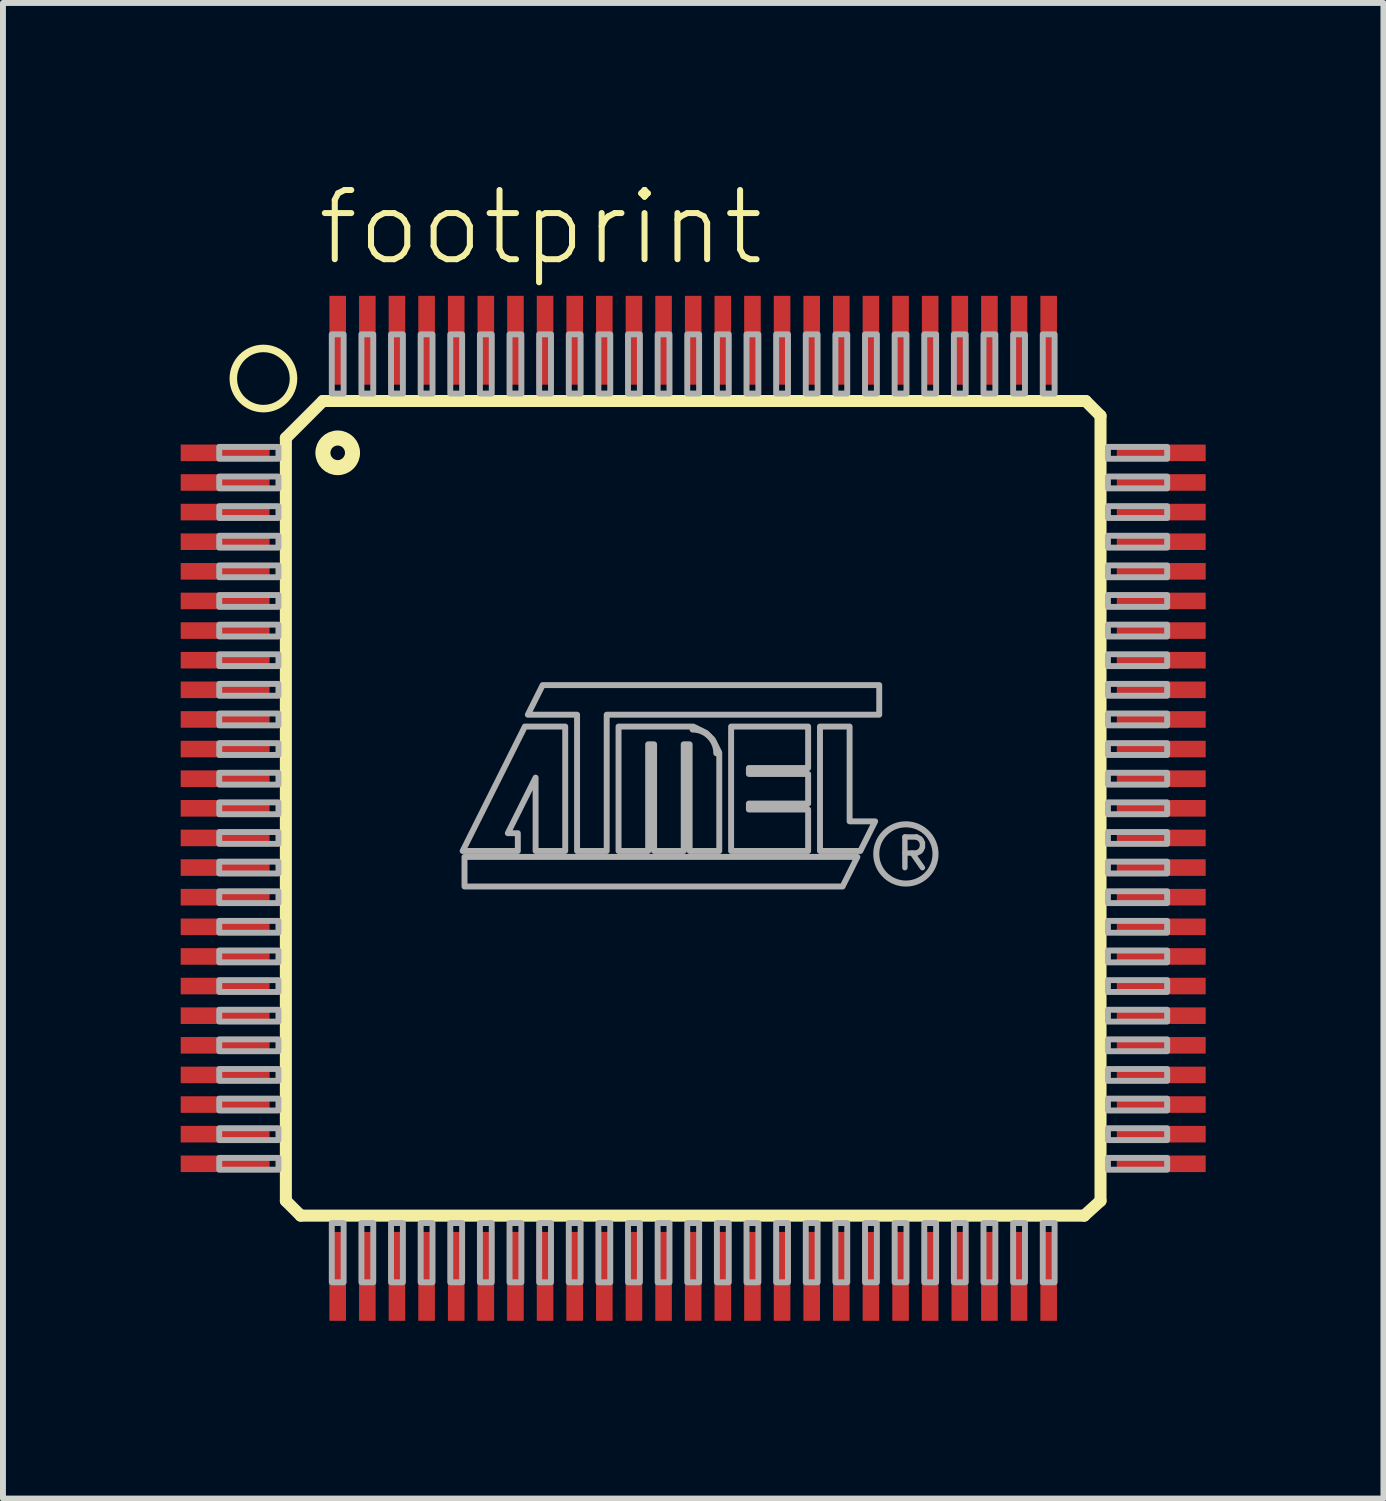
<source format=kicad_pcb>
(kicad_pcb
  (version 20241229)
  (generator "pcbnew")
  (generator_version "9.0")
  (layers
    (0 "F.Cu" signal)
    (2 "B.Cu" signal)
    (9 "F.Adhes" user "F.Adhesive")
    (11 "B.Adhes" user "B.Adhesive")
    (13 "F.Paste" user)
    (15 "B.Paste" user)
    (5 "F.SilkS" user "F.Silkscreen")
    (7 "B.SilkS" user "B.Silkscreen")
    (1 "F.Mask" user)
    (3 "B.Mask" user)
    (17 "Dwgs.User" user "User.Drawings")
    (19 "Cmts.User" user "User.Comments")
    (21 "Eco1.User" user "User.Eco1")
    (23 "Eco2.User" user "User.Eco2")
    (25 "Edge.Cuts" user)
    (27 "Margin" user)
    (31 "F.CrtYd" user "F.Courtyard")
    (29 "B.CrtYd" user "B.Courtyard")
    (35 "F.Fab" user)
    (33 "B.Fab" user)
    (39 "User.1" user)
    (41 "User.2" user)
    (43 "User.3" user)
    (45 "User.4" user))
  (footprint "footprint"
    (layer "F.Cu")
    (at 8.65 10.593)
    (property "Reference" "footprint" (at -6.395 -9.12 0) (layer "F.SilkS") (effects (font (size 1.168 1.168) (thickness 0.102)) (justify left bottom)))
    (fp_line (start -6.875 -6.25) (end -6.25 -6.875) (stroke (width 0.203) (type solid)) (layer "F.SilkS"))
    (fp_line (start -6.875 6.625) (end -6.875 -6.25) (stroke (width 0.203) (type solid)) (layer "F.SilkS"))
    (fp_line (start -6.625 6.875) (end -6.875 6.625) (stroke (width 0.203) (type solid)) (layer "F.SilkS"))
    (fp_line (start -6.25 -6.875) (end 6.625 -6.875) (stroke (width 0.203) (type solid)) (layer "F.SilkS"))
    (fp_line (start 6.6 6.875) (end -6.625 6.875) (stroke (width 0.203) (type solid)) (layer "F.SilkS"))
    (fp_line (start 6.625 -6.875) (end 6.875 -6.625) (stroke (width 0.203) (type solid)) (layer "F.SilkS"))
    (fp_line (start 6.875 -6.625) (end 6.875 6.625) (stroke (width 0.203) (type solid)) (layer "F.SilkS"))
    (fp_line (start 6.875 6.625) (end 6.6 6.875) (stroke (width 0.203) (type solid)) (layer "F.SilkS"))
    (fp_circle (center -7.254 -7.254) (end -6.746 -7.254) (stroke (width 0.127) (type solid)) (fill no) (layer "F.SilkS"))
    (fp_circle (center -6 -6) (end -5.75 -6) (stroke (width 0.254) (type solid)) (fill no) (layer "F.SilkS"))
    (fp_arc (start -0.0099 -1.3299) (mid 0.272878 -1.212708) (end 0.390001 -0.929901) (stroke (width 0.1016) (type solid)) (layer "F.Fab"))
    (fp_circle (center 3.59 0.77) (end 4.09 0.77) (stroke (width 0.102) (type solid)) (fill no) (layer "F.Fab"))
    (fp_poly (pts (xy -8 -5.9) (xy -7 -5.9) (xy -7 -6.1) (xy -8 -6.1)) (stroke (width 0.1) (type solid)) (fill no) (layer "F.Fab"))
    (fp_poly (pts (xy -8 -5.4) (xy -7 -5.4) (xy -7 -5.6) (xy -8 -5.6)) (stroke (width 0.1) (type solid)) (fill no) (layer "F.Fab"))
    (fp_poly (pts (xy -8 -4.9) (xy -7 -4.9) (xy -7 -5.1) (xy -8 -5.1)) (stroke (width 0.1) (type solid)) (fill no) (layer "F.Fab"))
    (fp_poly (pts (xy -8 -4.4) (xy -7 -4.4) (xy -7 -4.6) (xy -8 -4.6)) (stroke (width 0.1) (type solid)) (fill no) (layer "F.Fab"))
    (fp_poly (pts (xy -8 -3.9) (xy -7 -3.9) (xy -7 -4.1) (xy -8 -4.1)) (stroke (width 0.1) (type solid)) (fill no) (layer "F.Fab"))
    (fp_poly (pts (xy -8 -3.4) (xy -7 -3.4) (xy -7 -3.6) (xy -8 -3.6)) (stroke (width 0.1) (type solid)) (fill no) (layer "F.Fab"))
    (fp_poly (pts (xy -8 -2.9) (xy -7 -2.9) (xy -7 -3.1) (xy -8 -3.1)) (stroke (width 0.1) (type solid)) (fill no) (layer "F.Fab"))
    (fp_poly (pts (xy -8 -2.4) (xy -7 -2.4) (xy -7 -2.6) (xy -8 -2.6)) (stroke (width 0.1) (type solid)) (fill no) (layer "F.Fab"))
    (fp_poly (pts (xy -8 -1.9) (xy -7 -1.9) (xy -7 -2.1) (xy -8 -2.1)) (stroke (width 0.1) (type solid)) (fill no) (layer "F.Fab"))
    (fp_poly (pts (xy -8 -1.4) (xy -7 -1.4) (xy -7 -1.6) (xy -8 -1.6)) (stroke (width 0.1) (type solid)) (fill no) (layer "F.Fab"))
    (fp_poly (pts (xy -8 -0.9) (xy -7 -0.9) (xy -7 -1.1) (xy -8 -1.1)) (stroke (width 0.1) (type solid)) (fill no) (layer "F.Fab"))
    (fp_poly (pts (xy -8 -0.4) (xy -7 -0.4) (xy -7 -0.6) (xy -8 -0.6)) (stroke (width 0.1) (type solid)) (fill no) (layer "F.Fab"))
    (fp_poly (pts (xy -8 0.1) (xy -7 0.1) (xy -7 -0.1) (xy -8 -0.1)) (stroke (width 0.1) (type solid)) (fill no) (layer "F.Fab"))
    (fp_poly (pts (xy -8 0.6) (xy -7 0.6) (xy -7 0.4) (xy -8 0.4)) (stroke (width 0.1) (type solid)) (fill no) (layer "F.Fab"))
    (fp_poly (pts (xy -8 1.1) (xy -7 1.1) (xy -7 0.9) (xy -8 0.9)) (stroke (width 0.1) (type solid)) (fill no) (layer "F.Fab"))
    (fp_poly (pts (xy -8 1.6) (xy -7 1.6) (xy -7 1.4) (xy -8 1.4)) (stroke (width 0.1) (type solid)) (fill no) (layer "F.Fab"))
    (fp_poly (pts (xy -8 2.1) (xy -7 2.1) (xy -7 1.9) (xy -8 1.9)) (stroke (width 0.1) (type solid)) (fill no) (layer "F.Fab"))
    (fp_poly (pts (xy -8 2.6) (xy -7 2.6) (xy -7 2.4) (xy -8 2.4)) (stroke (width 0.1) (type solid)) (fill no) (layer "F.Fab"))
    (fp_poly (pts (xy -8 3.1) (xy -7 3.1) (xy -7 2.9) (xy -8 2.9)) (stroke (width 0.1) (type solid)) (fill no) (layer "F.Fab"))
    (fp_poly (pts (xy -8 3.6) (xy -7 3.6) (xy -7 3.4) (xy -8 3.4)) (stroke (width 0.1) (type solid)) (fill no) (layer "F.Fab"))
    (fp_poly (pts (xy -8 4.1) (xy -7 4.1) (xy -7 3.9) (xy -8 3.9)) (stroke (width 0.1) (type solid)) (fill no) (layer "F.Fab"))
    (fp_poly (pts (xy -8 4.6) (xy -7 4.6) (xy -7 4.4) (xy -8 4.4)) (stroke (width 0.1) (type solid)) (fill no) (layer "F.Fab"))
    (fp_poly (pts (xy -8 5.1) (xy -7 5.1) (xy -7 4.9) (xy -8 4.9)) (stroke (width 0.1) (type solid)) (fill no) (layer "F.Fab"))
    (fp_poly (pts (xy -8 5.6) (xy -7 5.6) (xy -7 5.4) (xy -8 5.4)) (stroke (width 0.1) (type solid)) (fill no) (layer "F.Fab"))
    (fp_poly (pts (xy -8 6.1) (xy -7 6.1) (xy -7 5.9) (xy -8 5.9)) (stroke (width 0.1) (type solid)) (fill no) (layer "F.Fab"))
    (fp_poly (pts (xy -6.1 -7) (xy -5.9 -7) (xy -5.9 -8) (xy -6.1 -8)) (stroke (width 0.1) (type solid)) (fill no) (layer "F.Fab"))
    (fp_poly (pts (xy -6.1 8) (xy -5.9 8) (xy -5.9 7) (xy -6.1 7)) (stroke (width 0.1) (type solid)) (fill no) (layer "F.Fab"))
    (fp_poly (pts (xy -5.6 -7) (xy -5.4 -7) (xy -5.4 -8) (xy -5.6 -8)) (stroke (width 0.1) (type solid)) (fill no) (layer "F.Fab"))
    (fp_poly (pts (xy -5.6 8) (xy -5.4 8) (xy -5.4 7) (xy -5.6 7)) (stroke (width 0.1) (type solid)) (fill no) (layer "F.Fab"))
    (fp_poly (pts (xy -5.1 -7) (xy -4.9 -7) (xy -4.9 -8) (xy -5.1 -8)) (stroke (width 0.1) (type solid)) (fill no) (layer "F.Fab"))
    (fp_poly (pts (xy -5.1 8) (xy -4.9 8) (xy -4.9 7) (xy -5.1 7)) (stroke (width 0.1) (type solid)) (fill no) (layer "F.Fab"))
    (fp_poly (pts (xy -4.6 -7) (xy -4.4 -7) (xy -4.4 -8) (xy -4.6 -8)) (stroke (width 0.1) (type solid)) (fill no) (layer "F.Fab"))
    (fp_poly (pts (xy -4.6 8) (xy -4.4 8) (xy -4.4 7) (xy -4.6 7)) (stroke (width 0.1) (type solid)) (fill no) (layer "F.Fab"))
    (fp_poly (pts (xy -4.1 -7) (xy -3.9 -7) (xy -3.9 -8) (xy -4.1 -8)) (stroke (width 0.1) (type solid)) (fill no) (layer "F.Fab"))
    (fp_poly (pts (xy -4.1 8) (xy -3.9 8) (xy -3.9 7) (xy -4.1 7)) (stroke (width 0.1) (type solid)) (fill no) (layer "F.Fab"))
    (fp_poly (pts (xy -3.6 -7) (xy -3.4 -7) (xy -3.4 -8) (xy -3.6 -8)) (stroke (width 0.1) (type solid)) (fill no) (layer "F.Fab"))
    (fp_poly (pts (xy -3.6 8) (xy -3.4 8) (xy -3.4 7) (xy -3.6 7)) (stroke (width 0.1) (type solid)) (fill no) (layer "F.Fab"))
    (fp_poly (pts (xy -3.1 -7) (xy -2.9 -7) (xy -2.9 -8) (xy -3.1 -8)) (stroke (width 0.1) (type solid)) (fill no) (layer "F.Fab"))
    (fp_poly (pts (xy -3.1 8) (xy -2.9 8) (xy -2.9 7) (xy -3.1 7)) (stroke (width 0.1) (type solid)) (fill no) (layer "F.Fab"))
    (fp_poly (pts (xy -2.6 -7) (xy -2.4 -7) (xy -2.4 -8) (xy -2.6 -8)) (stroke (width 0.1) (type solid)) (fill no) (layer "F.Fab"))
    (fp_poly (pts (xy -2.6 8) (xy -2.4 8) (xy -2.4 7) (xy -2.6 7)) (stroke (width 0.1) (type solid)) (fill no) (layer "F.Fab"))
    (fp_poly (pts (xy -2.1 -7) (xy -1.9 -7) (xy -1.9 -8) (xy -2.1 -8)) (stroke (width 0.1) (type solid)) (fill no) (layer "F.Fab"))
    (fp_poly (pts (xy -2.1 8) (xy -1.9 8) (xy -1.9 7) (xy -2.1 7)) (stroke (width 0.1) (type solid)) (fill no) (layer "F.Fab"))
    (fp_poly (pts (xy -1.6 -7) (xy -1.4 -7) (xy -1.4 -8) (xy -1.6 -8)) (stroke (width 0.1) (type solid)) (fill no) (layer "F.Fab"))
    (fp_poly (pts (xy -1.6 8) (xy -1.4 8) (xy -1.4 7) (xy -1.6 7)) (stroke (width 0.1) (type solid)) (fill no) (layer "F.Fab"))
    (fp_poly (pts (xy -1.1 -7) (xy -0.9 -7) (xy -0.9 -8) (xy -1.1 -8)) (stroke (width 0.1) (type solid)) (fill no) (layer "F.Fab"))
    (fp_poly (pts (xy -1.1 8) (xy -0.9 8) (xy -0.9 7) (xy -1.1 7)) (stroke (width 0.1) (type solid)) (fill no) (layer "F.Fab"))
    (fp_poly (pts (xy -0.6 -7) (xy -0.4 -7) (xy -0.4 -8) (xy -0.6 -8)) (stroke (width 0.1) (type solid)) (fill no) (layer "F.Fab"))
    (fp_poly (pts (xy -0.6 8) (xy -0.4 8) (xy -0.4 7) (xy -0.6 7)) (stroke (width 0.1) (type solid)) (fill no) (layer "F.Fab"))
    (fp_poly (pts (xy -0.1 -7) (xy 0.1 -7) (xy 0.1 -8) (xy -0.1 -8)) (stroke (width 0.1) (type solid)) (fill no) (layer "F.Fab"))
    (fp_poly (pts (xy -0.1 8) (xy 0.1 8) (xy 0.1 7) (xy -0.1 7)) (stroke (width 0.1) (type solid)) (fill no) (layer "F.Fab"))
    (fp_poly (pts (xy 0.4 -7) (xy 0.6 -7) (xy 0.6 -8) (xy 0.4 -8)) (stroke (width 0.1) (type solid)) (fill no) (layer "F.Fab"))
    (fp_poly (pts (xy 0.4 8) (xy 0.6 8) (xy 0.6 7) (xy 0.4 7)) (stroke (width 0.1) (type solid)) (fill no) (layer "F.Fab"))
    (fp_poly (pts (xy 0.9 -7) (xy 1.1 -7) (xy 1.1 -8) (xy 0.9 -8)) (stroke (width 0.1) (type solid)) (fill no) (layer "F.Fab"))
    (fp_poly (pts (xy 0.9 8) (xy 1.1 8) (xy 1.1 7) (xy 0.9 7)) (stroke (width 0.1) (type solid)) (fill no) (layer "F.Fab"))
    (fp_poly (pts (xy 1.4 -7) (xy 1.6 -7) (xy 1.6 -8) (xy 1.4 -8)) (stroke (width 0.1) (type solid)) (fill no) (layer "F.Fab"))
    (fp_poly (pts (xy 1.4 8) (xy 1.6 8) (xy 1.6 7) (xy 1.4 7)) (stroke (width 0.1) (type solid)) (fill no) (layer "F.Fab"))
    (fp_poly (pts (xy 1.9 -7) (xy 2.1 -7) (xy 2.1 -8) (xy 1.9 -8)) (stroke (width 0.1) (type solid)) (fill no) (layer "F.Fab"))
    (fp_poly (pts (xy 1.9 8) (xy 2.1 8) (xy 2.1 7) (xy 1.9 7)) (stroke (width 0.1) (type solid)) (fill no) (layer "F.Fab"))
    (fp_poly (pts (xy 2.4 -7) (xy 2.6 -7) (xy 2.6 -8) (xy 2.4 -8)) (stroke (width 0.1) (type solid)) (fill no) (layer "F.Fab"))
    (fp_poly (pts (xy 2.4 8) (xy 2.6 8) (xy 2.6 7) (xy 2.4 7)) (stroke (width 0.1) (type solid)) (fill no) (layer "F.Fab"))
    (fp_poly (pts (xy 2.521 1.32) (xy -3.86 1.32) (xy -3.86 0.82) (xy 2.771 0.82)) (stroke (width 0.1) (type solid)) (fill no) (layer "F.Fab"))
    (fp_poly (pts (xy 2.9 -7) (xy 3.1 -7) (xy 3.1 -8) (xy 2.9 -8)) (stroke (width 0.1) (type solid)) (fill no) (layer "F.Fab"))
    (fp_poly (pts (xy 2.9 8) (xy 3.1 8) (xy 3.1 7) (xy 2.9 7)) (stroke (width 0.1) (type solid)) (fill no) (layer "F.Fab"))
    (fp_poly (pts (xy 3.4 -7) (xy 3.6 -7) (xy 3.6 -8) (xy 3.4 -8)) (stroke (width 0.1) (type solid)) (fill no) (layer "F.Fab"))
    (fp_poly (pts (xy 3.4 8) (xy 3.6 8) (xy 3.6 7) (xy 3.4 7)) (stroke (width 0.1) (type solid)) (fill no) (layer "F.Fab"))
    (fp_poly (pts (xy 3.9 -7) (xy 4.1 -7) (xy 4.1 -8) (xy 3.9 -8)) (stroke (width 0.1) (type solid)) (fill no) (layer "F.Fab"))
    (fp_poly (pts (xy 3.9 8) (xy 4.1 8) (xy 4.1 7) (xy 3.9 7)) (stroke (width 0.1) (type solid)) (fill no) (layer "F.Fab"))
    (fp_poly (pts (xy 4.4 -7) (xy 4.6 -7) (xy 4.6 -8) (xy 4.4 -8)) (stroke (width 0.1) (type solid)) (fill no) (layer "F.Fab"))
    (fp_poly (pts (xy 4.4 8) (xy 4.6 8) (xy 4.6 7) (xy 4.4 7)) (stroke (width 0.1) (type solid)) (fill no) (layer "F.Fab"))
    (fp_poly (pts (xy 4.9 -7) (xy 5.1 -7) (xy 5.1 -8) (xy 4.9 -8)) (stroke (width 0.1) (type solid)) (fill no) (layer "F.Fab"))
    (fp_poly (pts (xy 4.9 8) (xy 5.1 8) (xy 5.1 7) (xy 4.9 7)) (stroke (width 0.1) (type solid)) (fill no) (layer "F.Fab"))
    (fp_poly (pts (xy 5.4 -7) (xy 5.6 -7) (xy 5.6 -8) (xy 5.4 -8)) (stroke (width 0.1) (type solid)) (fill no) (layer "F.Fab"))
    (fp_poly (pts (xy 5.4 8) (xy 5.6 8) (xy 5.6 7) (xy 5.4 7)) (stroke (width 0.1) (type solid)) (fill no) (layer "F.Fab"))
    (fp_poly (pts (xy 5.9 -7) (xy 6.1 -7) (xy 6.1 -8) (xy 5.9 -8)) (stroke (width 0.1) (type solid)) (fill no) (layer "F.Fab"))
    (fp_poly (pts (xy 5.9 8) (xy 6.1 8) (xy 6.1 7) (xy 5.9 7)) (stroke (width 0.1) (type solid)) (fill no) (layer "F.Fab"))
    (fp_poly (pts (xy 7 -5.9) (xy 8 -5.9) (xy 8 -6.1) (xy 7 -6.1)) (stroke (width 0.1) (type solid)) (fill no) (layer "F.Fab"))
    (fp_poly (pts (xy 7 -5.4) (xy 8 -5.4) (xy 8 -5.6) (xy 7 -5.6)) (stroke (width 0.1) (type solid)) (fill no) (layer "F.Fab"))
    (fp_poly (pts (xy 7 -4.9) (xy 8 -4.9) (xy 8 -5.1) (xy 7 -5.1)) (stroke (width 0.1) (type solid)) (fill no) (layer "F.Fab"))
    (fp_poly (pts (xy 7 -4.4) (xy 8 -4.4) (xy 8 -4.6) (xy 7 -4.6)) (stroke (width 0.1) (type solid)) (fill no) (layer "F.Fab"))
    (fp_poly (pts (xy 7 -3.9) (xy 8 -3.9) (xy 8 -4.1) (xy 7 -4.1)) (stroke (width 0.1) (type solid)) (fill no) (layer "F.Fab"))
    (fp_poly (pts (xy 7 -3.4) (xy 8 -3.4) (xy 8 -3.6) (xy 7 -3.6)) (stroke (width 0.1) (type solid)) (fill no) (layer "F.Fab"))
    (fp_poly (pts (xy 7 -2.9) (xy 8 -2.9) (xy 8 -3.1) (xy 7 -3.1)) (stroke (width 0.1) (type solid)) (fill no) (layer "F.Fab"))
    (fp_poly (pts (xy 7 -2.4) (xy 8 -2.4) (xy 8 -2.6) (xy 7 -2.6)) (stroke (width 0.1) (type solid)) (fill no) (layer "F.Fab"))
    (fp_poly (pts (xy 7 -1.9) (xy 8 -1.9) (xy 8 -2.1) (xy 7 -2.1)) (stroke (width 0.1) (type solid)) (fill no) (layer "F.Fab"))
    (fp_poly (pts (xy 7 -1.4) (xy 8 -1.4) (xy 8 -1.6) (xy 7 -1.6)) (stroke (width 0.1) (type solid)) (fill no) (layer "F.Fab"))
    (fp_poly (pts (xy 7 -0.9) (xy 8 -0.9) (xy 8 -1.1) (xy 7 -1.1)) (stroke (width 0.1) (type solid)) (fill no) (layer "F.Fab"))
    (fp_poly (pts (xy 7 -0.4) (xy 8 -0.4) (xy 8 -0.6) (xy 7 -0.6)) (stroke (width 0.1) (type solid)) (fill no) (layer "F.Fab"))
    (fp_poly (pts (xy 7 0.1) (xy 8 0.1) (xy 8 -0.1) (xy 7 -0.1)) (stroke (width 0.1) (type solid)) (fill no) (layer "F.Fab"))
    (fp_poly (pts (xy 7 0.6) (xy 8 0.6) (xy 8 0.4) (xy 7 0.4)) (stroke (width 0.1) (type solid)) (fill no) (layer "F.Fab"))
    (fp_poly (pts (xy 7 1.1) (xy 8 1.1) (xy 8 0.9) (xy 7 0.9)) (stroke (width 0.1) (type solid)) (fill no) (layer "F.Fab"))
    (fp_poly (pts (xy 7 1.6) (xy 8 1.6) (xy 8 1.4) (xy 7 1.4)) (stroke (width 0.1) (type solid)) (fill no) (layer "F.Fab"))
    (fp_poly (pts (xy 7 2.1) (xy 8 2.1) (xy 8 1.9) (xy 7 1.9)) (stroke (width 0.1) (type solid)) (fill no) (layer "F.Fab"))
    (fp_poly (pts (xy 7 2.6) (xy 8 2.6) (xy 8 2.4) (xy 7 2.4)) (stroke (width 0.1) (type solid)) (fill no) (layer "F.Fab"))
    (fp_poly (pts (xy 7 3.1) (xy 8 3.1) (xy 8 2.9) (xy 7 2.9)) (stroke (width 0.1) (type solid)) (fill no) (layer "F.Fab"))
    (fp_poly (pts (xy 7 3.6) (xy 8 3.6) (xy 8 3.4) (xy 7 3.4)) (stroke (width 0.1) (type solid)) (fill no) (layer "F.Fab"))
    (fp_poly (pts (xy 7 4.1) (xy 8 4.1) (xy 8 3.9) (xy 7 3.9)) (stroke (width 0.1) (type solid)) (fill no) (layer "F.Fab"))
    (fp_poly (pts (xy 7 4.6) (xy 8 4.6) (xy 8 4.4) (xy 7 4.4)) (stroke (width 0.1) (type solid)) (fill no) (layer "F.Fab"))
    (fp_poly (pts (xy 7 5.1) (xy 8 5.1) (xy 8 4.9) (xy 7 4.9)) (stroke (width 0.1) (type solid)) (fill no) (layer "F.Fab"))
    (fp_poly (pts (xy 7 5.6) (xy 8 5.6) (xy 8 5.4) (xy 7 5.4)) (stroke (width 0.1) (type solid)) (fill no) (layer "F.Fab"))
    (fp_poly (pts (xy 7 6.1) (xy 8 6.1) (xy 8 5.9) (xy 7 5.9)) (stroke (width 0.1) (type solid)) (fill no) (layer "F.Fab"))
    (fp_poly (pts (xy 2.64 0.22) (xy 3.071 0.22) (xy 2.821 0.72) (xy 2.14 0.72) (xy 2.14 -1.38) (xy 2.64 -1.38)) (stroke (width 0.1) (type solid)) (fill no) (layer "F.Fab"))
    (fp_poly (pts (xy 3.14 -1.58) (xy -1.46 -1.58) (xy -1.46 0.72) (xy -1.96 0.72) (xy -1.96 -1.58) (xy -2.791 -1.58) (xy -2.541 -2.08) (xy 3.14 -2.08)) (stroke (width 0.1) (type solid)) (fill no) (layer "F.Fab"))
    (fp_poly (pts (xy -2.16 0.72) (xy -2.66 0.72) (xy -2.66 -0.518) (xy -3.129 0.42) (xy -2.96 0.42) (xy -2.96 0.72) (xy -3.891 0.72) (xy -2.841 -1.38) (xy -2.16 -1.38)) (stroke (width 0.1) (type solid)) (fill no) (layer "F.Fab"))
    (fp_poly (pts (xy 1.94 -0.68) (xy 0.94 -0.68) (xy 0.94 -0.58) (xy 1.94 -0.58) (xy 1.94 -0.08) (xy 0.94 -0.08) (xy 0.94 0.02) (xy 1.94 0.02) (xy 1.94 0.72) (xy 0.64 0.72) (xy 0.64 -1.38) (xy 1.94 -1.38)) (stroke (width 0.1) (type solid)) (fill no) (layer "F.Fab"))
    (fp_poly (pts (xy 0.22 -1.271) (xy 0.331 -1.16) (xy 0.44 -0.942) (xy 0.44 0.72) (xy -0.06 0.72) (xy -0.06 -1.08) (xy -0.16 -1.08) (xy -0.16 0.72) (xy -0.66 0.72) (xy -0.66 -1.08) (xy -0.76 -1.08) (xy -0.76 0.72) (xy -1.26 0.72) (xy -1.26 -1.38) (xy 0.002 -1.38)) (stroke (width 0.1) (type solid)) (fill no) (layer "F.Fab"))
    (fp_text user "R" (at 3.39 1.07 0) (layer "F.Fab") (effects (font (size 0.518 0.518) (thickness 0.091)) (justify left bottom)))
    (pad "1" smd rect (at -7.9 -6) (size 1.5 0.28) (layers "F.Cu" "F.Mask" "F.Paste"))
    (pad "2" smd rect (at -7.9 -5.5) (size 1.5 0.28) (layers "F.Cu" "F.Mask" "F.Paste"))
    (pad "3" smd rect (at -7.9 -5) (size 1.5 0.28) (layers "F.Cu" "F.Mask" "F.Paste"))
    (pad "4" smd rect (at -7.9 -4.5) (size 1.5 0.28) (layers "F.Cu" "F.Mask" "F.Paste"))
    (pad "5" smd rect (at -7.9 -4) (size 1.5 0.28) (layers "F.Cu" "F.Mask" "F.Paste"))
    (pad "6" smd rect (at -7.9 -3.5) (size 1.5 0.28) (layers "F.Cu" "F.Mask" "F.Paste"))
    (pad "7" smd rect (at -7.9 -3) (size 1.5 0.28) (layers "F.Cu" "F.Mask" "F.Paste"))
    (pad "8" smd rect (at -7.9 -2.5) (size 1.5 0.28) (layers "F.Cu" "F.Mask" "F.Paste"))
    (pad "9" smd rect (at -7.9 -2) (size 1.5 0.28) (layers "F.Cu" "F.Mask" "F.Paste"))
    (pad "10" smd rect (at -7.9 -1.5) (size 1.5 0.28) (layers "F.Cu" "F.Mask" "F.Paste"))
    (pad "11" smd rect (at -7.9 -1) (size 1.5 0.28) (layers "F.Cu" "F.Mask" "F.Paste"))
    (pad "12" smd rect (at -7.9 -0.5) (size 1.5 0.28) (layers "F.Cu" "F.Mask" "F.Paste"))
    (pad "13" smd rect (at -7.9 0) (size 1.5 0.28) (layers "F.Cu" "F.Mask" "F.Paste"))
    (pad "14" smd rect (at -7.9 0.5) (size 1.5 0.28) (layers "F.Cu" "F.Mask" "F.Paste"))
    (pad "15" smd rect (at -7.9 1) (size 1.5 0.28) (layers "F.Cu" "F.Mask" "F.Paste"))
    (pad "16" smd rect (at -7.9 1.5) (size 1.5 0.28) (layers "F.Cu" "F.Mask" "F.Paste"))
    (pad "17" smd rect (at -7.9 2) (size 1.5 0.28) (layers "F.Cu" "F.Mask" "F.Paste"))
    (pad "18" smd rect (at -7.9 2.5) (size 1.5 0.28) (layers "F.Cu" "F.Mask" "F.Paste"))
    (pad "19" smd rect (at -7.9 3) (size 1.5 0.28) (layers "F.Cu" "F.Mask" "F.Paste"))
    (pad "20" smd rect (at -7.9 3.5) (size 1.5 0.28) (layers "F.Cu" "F.Mask" "F.Paste"))
    (pad "21" smd rect (at -7.9 4) (size 1.5 0.28) (layers "F.Cu" "F.Mask" "F.Paste"))
    (pad "22" smd rect (at -7.9 4.5) (size 1.5 0.28) (layers "F.Cu" "F.Mask" "F.Paste"))
    (pad "23" smd rect (at -7.9 5) (size 1.5 0.28) (layers "F.Cu" "F.Mask" "F.Paste"))
    (pad "24" smd rect (at -7.9 5.5) (size 1.5 0.28) (layers "F.Cu" "F.Mask" "F.Paste"))
    (pad "25" smd rect (at -7.9 6) (size 1.5 0.28) (layers "F.Cu" "F.Mask" "F.Paste"))
    (pad "26" smd rect (at -6 7.9) (size 0.28 1.5) (layers "F.Cu" "F.Mask" "F.Paste"))
    (pad "27" smd rect (at -5.5 7.9) (size 0.28 1.5) (layers "F.Cu" "F.Mask" "F.Paste"))
    (pad "28" smd rect (at -5 7.9) (size 0.28 1.5) (layers "F.Cu" "F.Mask" "F.Paste"))
    (pad "29" smd rect (at -4.5 7.9) (size 0.28 1.5) (layers "F.Cu" "F.Mask" "F.Paste"))
    (pad "30" smd rect (at -4 7.9) (size 0.28 1.5) (layers "F.Cu" "F.Mask" "F.Paste"))
    (pad "31" smd rect (at -3.5 7.9) (size 0.28 1.5) (layers "F.Cu" "F.Mask" "F.Paste"))
    (pad "32" smd rect (at -3 7.9) (size 0.28 1.5) (layers "F.Cu" "F.Mask" "F.Paste"))
    (pad "33" smd rect (at -2.5 7.9) (size 0.28 1.5) (layers "F.Cu" "F.Mask" "F.Paste"))
    (pad "34" smd rect (at -2 7.9) (size 0.28 1.5) (layers "F.Cu" "F.Mask" "F.Paste"))
    (pad "35" smd rect (at -1.5 7.9) (size 0.28 1.5) (layers "F.Cu" "F.Mask" "F.Paste"))
    (pad "36" smd rect (at -1 7.9) (size 0.28 1.5) (layers "F.Cu" "F.Mask" "F.Paste"))
    (pad "37" smd rect (at -0.5 7.9) (size 0.28 1.5) (layers "F.Cu" "F.Mask" "F.Paste"))
    (pad "38" smd rect (at 0 7.9) (size 0.28 1.5) (layers "F.Cu" "F.Mask" "F.Paste"))
    (pad "39" smd rect (at 0.5 7.9) (size 0.28 1.5) (layers "F.Cu" "F.Mask" "F.Paste"))
    (pad "40" smd rect (at 1 7.9) (size 0.28 1.5) (layers "F.Cu" "F.Mask" "F.Paste"))
    (pad "41" smd rect (at 1.5 7.9) (size 0.28 1.5) (layers "F.Cu" "F.Mask" "F.Paste"))
    (pad "42" smd rect (at 2 7.9) (size 0.28 1.5) (layers "F.Cu" "F.Mask" "F.Paste"))
    (pad "43" smd rect (at 2.5 7.9) (size 0.28 1.5) (layers "F.Cu" "F.Mask" "F.Paste"))
    (pad "44" smd rect (at 3 7.9) (size 0.28 1.5) (layers "F.Cu" "F.Mask" "F.Paste"))
    (pad "45" smd rect (at 3.5 7.9) (size 0.28 1.5) (layers "F.Cu" "F.Mask" "F.Paste"))
    (pad "46" smd rect (at 4 7.9) (size 0.28 1.5) (layers "F.Cu" "F.Mask" "F.Paste"))
    (pad "47" smd rect (at 4.5 7.9) (size 0.28 1.5) (layers "F.Cu" "F.Mask" "F.Paste"))
    (pad "48" smd rect (at 5 7.9) (size 0.28 1.5) (layers "F.Cu" "F.Mask" "F.Paste"))
    (pad "49" smd rect (at 5.5 7.9) (size 0.28 1.5) (layers "F.Cu" "F.Mask" "F.Paste"))
    (pad "50" smd rect (at 6 7.9) (size 0.28 1.5) (layers "F.Cu" "F.Mask" "F.Paste"))
    (pad "51" smd rect (at 7.9 6) (size 1.5 0.28) (layers "F.Cu" "F.Mask" "F.Paste"))
    (pad "52" smd rect (at 7.9 5.5) (size 1.5 0.28) (layers "F.Cu" "F.Mask" "F.Paste"))
    (pad "53" smd rect (at 7.9 5) (size 1.5 0.28) (layers "F.Cu" "F.Mask" "F.Paste"))
    (pad "54" smd rect (at 7.9 4.5) (size 1.5 0.28) (layers "F.Cu" "F.Mask" "F.Paste"))
    (pad "55" smd rect (at 7.9 4) (size 1.5 0.28) (layers "F.Cu" "F.Mask" "F.Paste"))
    (pad "56" smd rect (at 7.9 3.5) (size 1.5 0.28) (layers "F.Cu" "F.Mask" "F.Paste"))
    (pad "57" smd rect (at 7.9 3) (size 1.5 0.28) (layers "F.Cu" "F.Mask" "F.Paste"))
    (pad "58" smd rect (at 7.9 2.5) (size 1.5 0.28) (layers "F.Cu" "F.Mask" "F.Paste"))
    (pad "59" smd rect (at 7.9 2) (size 1.5 0.28) (layers "F.Cu" "F.Mask" "F.Paste"))
    (pad "60" smd rect (at 7.9 1.5) (size 1.5 0.28) (layers "F.Cu" "F.Mask" "F.Paste"))
    (pad "61" smd rect (at 7.9 1) (size 1.5 0.28) (layers "F.Cu" "F.Mask" "F.Paste"))
    (pad "62" smd rect (at 7.9 0.5) (size 1.5 0.28) (layers "F.Cu" "F.Mask" "F.Paste"))
    (pad "63" smd rect (at 7.9 0) (size 1.5 0.28) (layers "F.Cu" "F.Mask" "F.Paste"))
    (pad "64" smd rect (at 7.9 -0.5) (size 1.5 0.28) (layers "F.Cu" "F.Mask" "F.Paste"))
    (pad "65" smd rect (at 7.9 -1) (size 1.5 0.28) (layers "F.Cu" "F.Mask" "F.Paste"))
    (pad "66" smd rect (at 7.9 -1.5) (size 1.5 0.28) (layers "F.Cu" "F.Mask" "F.Paste"))
    (pad "67" smd rect (at 7.9 -2) (size 1.5 0.28) (layers "F.Cu" "F.Mask" "F.Paste"))
    (pad "68" smd rect (at 7.9 -2.5) (size 1.5 0.28) (layers "F.Cu" "F.Mask" "F.Paste"))
    (pad "69" smd rect (at 7.9 -3) (size 1.5 0.28) (layers "F.Cu" "F.Mask" "F.Paste"))
    (pad "70" smd rect (at 7.9 -3.5) (size 1.5 0.28) (layers "F.Cu" "F.Mask" "F.Paste"))
    (pad "71" smd rect (at 7.9 -4) (size 1.5 0.28) (layers "F.Cu" "F.Mask" "F.Paste"))
    (pad "72" smd rect (at 7.9 -4.5) (size 1.5 0.28) (layers "F.Cu" "F.Mask" "F.Paste"))
    (pad "73" smd rect (at 7.9 -5) (size 1.5 0.28) (layers "F.Cu" "F.Mask" "F.Paste"))
    (pad "74" smd rect (at 7.9 -5.5) (size 1.5 0.28) (layers "F.Cu" "F.Mask" "F.Paste"))
    (pad "75" smd rect (at 7.9 -6) (size 1.5 0.28) (layers "F.Cu" "F.Mask" "F.Paste"))
    (pad "76" smd rect (at 6 -7.9) (size 0.28 1.5) (layers "F.Cu" "F.Mask" "F.Paste"))
    (pad "77" smd rect (at 5.5 -7.9) (size 0.28 1.5) (layers "F.Cu" "F.Mask" "F.Paste"))
    (pad "78" smd rect (at 5 -7.9) (size 0.28 1.5) (layers "F.Cu" "F.Mask" "F.Paste"))
    (pad "79" smd rect (at 4.5 -7.9) (size 0.28 1.5) (layers "F.Cu" "F.Mask" "F.Paste"))
    (pad "80" smd rect (at 4 -7.9) (size 0.28 1.5) (layers "F.Cu" "F.Mask" "F.Paste"))
    (pad "81" smd rect (at 3.5 -7.9) (size 0.28 1.5) (layers "F.Cu" "F.Mask" "F.Paste"))
    (pad "82" smd rect (at 3 -7.9) (size 0.28 1.5) (layers "F.Cu" "F.Mask" "F.Paste"))
    (pad "83" smd rect (at 2.5 -7.9) (size 0.28 1.5) (layers "F.Cu" "F.Mask" "F.Paste"))
    (pad "84" smd rect (at 2 -7.9) (size 0.28 1.5) (layers "F.Cu" "F.Mask" "F.Paste"))
    (pad "85" smd rect (at 1.5 -7.9) (size 0.28 1.5) (layers "F.Cu" "F.Mask" "F.Paste"))
    (pad "86" smd rect (at 1 -7.9) (size 0.28 1.5) (layers "F.Cu" "F.Mask" "F.Paste"))
    (pad "87" smd rect (at 0.5 -7.9) (size 0.28 1.5) (layers "F.Cu" "F.Mask" "F.Paste"))
    (pad "88" smd rect (at 0 -7.9) (size 0.28 1.5) (layers "F.Cu" "F.Mask" "F.Paste"))
    (pad "89" smd rect (at -0.5 -7.9) (size 0.28 1.5) (layers "F.Cu" "F.Mask" "F.Paste"))
    (pad "90" smd rect (at -1 -7.9) (size 0.28 1.5) (layers "F.Cu" "F.Mask" "F.Paste"))
    (pad "91" smd rect (at -1.5 -7.9) (size 0.28 1.5) (layers "F.Cu" "F.Mask" "F.Paste"))
    (pad "92" smd rect (at -2 -7.9) (size 0.28 1.5) (layers "F.Cu" "F.Mask" "F.Paste"))
    (pad "93" smd rect (at -2.5 -7.9) (size 0.28 1.5) (layers "F.Cu" "F.Mask" "F.Paste"))
    (pad "94" smd rect (at -3 -7.9) (size 0.28 1.5) (layers "F.Cu" "F.Mask" "F.Paste"))
    (pad "95" smd rect (at -3.5 -7.9) (size 0.28 1.5) (layers "F.Cu" "F.Mask" "F.Paste"))
    (pad "96" smd rect (at -4 -7.9) (size 0.28 1.5) (layers "F.Cu" "F.Mask" "F.Paste"))
    (pad "97" smd rect (at -4.5 -7.9) (size 0.28 1.5) (layers "F.Cu" "F.Mask" "F.Paste"))
    (pad "98" smd rect (at -5 -7.9) (size 0.28 1.5) (layers "F.Cu" "F.Mask" "F.Paste"))
    (pad "99" smd rect (at -5.5 -7.9) (size 0.28 1.5) (layers "F.Cu" "F.Mask" "F.Paste"))
    (pad "100" smd rect (at -6 -7.9) (size 0.28 1.5) (layers "F.Cu" "F.Mask" "F.Paste")))
  (gr_rect
    (start -3 -3)
    (end 20.3 22.243)
    (stroke (width 0.1) (type default))
    (fill no)
    (layer "Edge.Cuts")))
</source>
